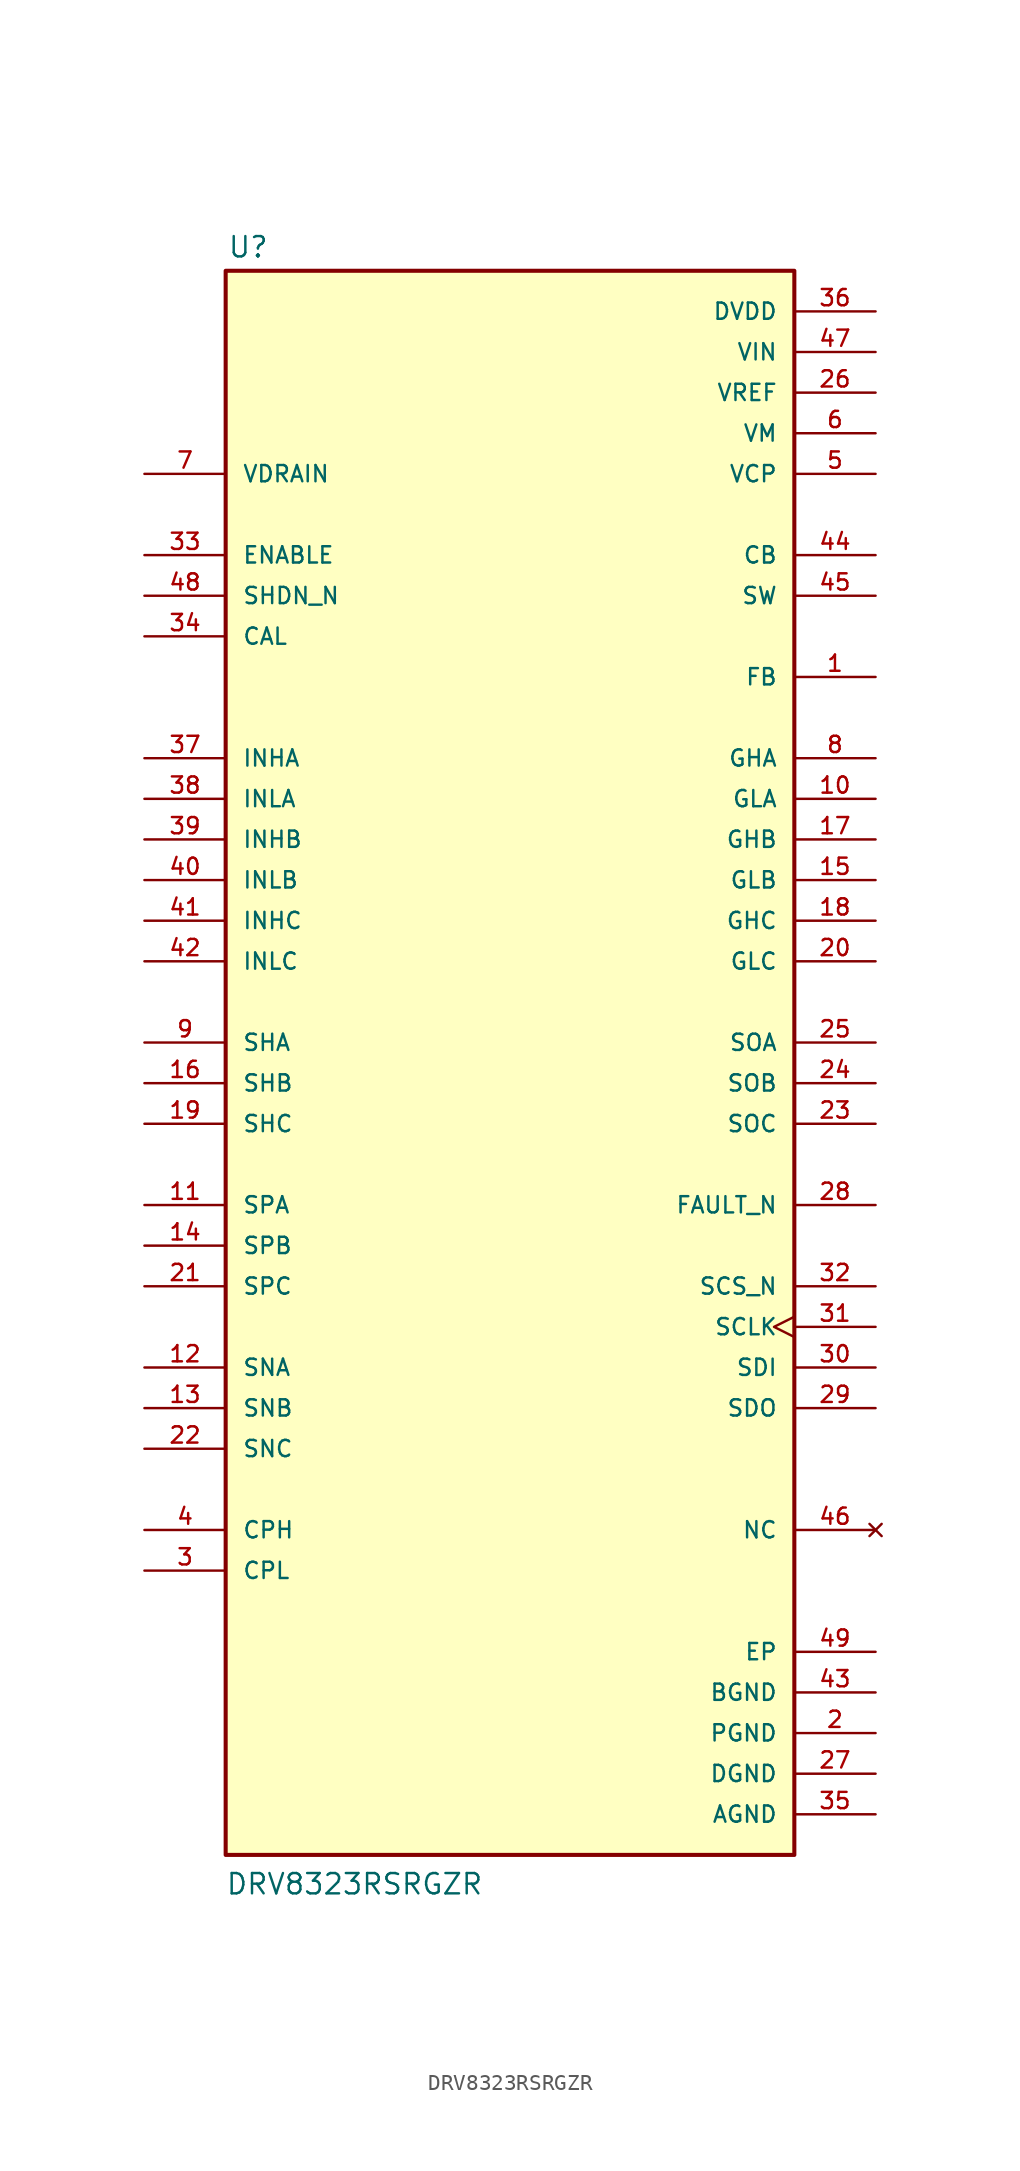
<source format=kicad_sym>
(kicad_symbol_lib
  (version 20211014)
  (generator kicad_symbol_editor)
  (symbol "DRV8323RSRGZR"
    (pin_names
      (offset 1.016))
    (property "Reference" "U"
      (at -17.678 48.997 0.0)
      (effects (font (size 1.27 1.27)) (justify bottom left)))
    (property "Value" "DRV8323RSRGZR"
      (at -17.805 -53.365 0.0)
      (effects (font (size 1.27 1.27)) (justify bottom left)))
    (symbol "DRV8323RSRGZR_0_0"
      (rectangle (start -17.78 -50.8) (end 17.78 48.26) (stroke (width 0.254)) (fill (type background)))
      (pin input line (at 22.86 22.86 180.0) (length 5.08) (name "FB" (effects (font (size 1.016 1.016)))) (number "1" (effects (font (size 1.016 1.016)))))
      (pin power_in line (at 22.86 -43.18 180.0) (length 5.08) (name "PGND" (effects (font (size 1.016 1.016)))) (number "2" (effects (font (size 1.016 1.016)))))
      (pin passive line (at -22.86 -33.02 0) (length 5.08) (name "CPL" (effects (font (size 1.016 1.016)))) (number "3" (effects (font (size 1.016 1.016)))))
      (pin passive line (at -22.86 -30.48 0) (length 5.08) (name "CPH" (effects (font (size 1.016 1.016)))) (number "4" (effects (font (size 1.016 1.016)))))
      (pin power_in line (at 22.86 35.56 180.0) (length 5.08) (name "VCP" (effects (font (size 1.016 1.016)))) (number "5" (effects (font (size 1.016 1.016)))))
      (pin power_in line (at 22.86 38.1 180.0) (length 5.08) (name "VM" (effects (font (size 1.016 1.016)))) (number "6" (effects (font (size 1.016 1.016)))))
      (pin input line (at -22.86 35.56 0) (length 5.08) (name "VDRAIN" (effects (font (size 1.016 1.016)))) (number "7" (effects (font (size 1.016 1.016)))))
      (pin output line (at 22.86 17.78 180.0) (length 5.08) (name "GHA" (effects (font (size 1.016 1.016)))) (number "8" (effects (font (size 1.016 1.016)))))
      (pin input line (at -22.86 0.0 0) (length 5.08) (name "SHA" (effects (font (size 1.016 1.016)))) (number "9" (effects (font (size 1.016 1.016)))))
      (pin output line (at 22.86 15.24 180.0) (length 5.08) (name "GLA" (effects (font (size 1.016 1.016)))) (number "10" (effects (font (size 1.016 1.016)))))
      (pin input line (at -22.86 -10.16 0) (length 5.08) (name "SPA" (effects (font (size 1.016 1.016)))) (number "11" (effects (font (size 1.016 1.016)))))
      (pin input line (at -22.86 -20.32 0) (length 5.08) (name "SNA" (effects (font (size 1.016 1.016)))) (number "12" (effects (font (size 1.016 1.016)))))
      (pin input line (at -22.86 -22.86 0) (length 5.08) (name "SNB" (effects (font (size 1.016 1.016)))) (number "13" (effects (font (size 1.016 1.016)))))
      (pin input line (at -22.86 -12.7 0) (length 5.08) (name "SPB" (effects (font (size 1.016 1.016)))) (number "14" (effects (font (size 1.016 1.016)))))
      (pin output line (at 22.86 10.16 180.0) (length 5.08) (name "GLB" (effects (font (size 1.016 1.016)))) (number "15" (effects (font (size 1.016 1.016)))))
      (pin input line (at -22.86 -2.54 0) (length 5.08) (name "SHB" (effects (font (size 1.016 1.016)))) (number "16" (effects (font (size 1.016 1.016)))))
      (pin output line (at 22.86 12.7 180.0) (length 5.08) (name "GHB" (effects (font (size 1.016 1.016)))) (number "17" (effects (font (size 1.016 1.016)))))
      (pin output line (at 22.86 7.62 180.0) (length 5.08) (name "GHC" (effects (font (size 1.016 1.016)))) (number "18" (effects (font (size 1.016 1.016)))))
      (pin input line (at -22.86 -5.08 0) (length 5.08) (name "SHC" (effects (font (size 1.016 1.016)))) (number "19" (effects (font (size 1.016 1.016)))))
      (pin output line (at 22.86 5.08 180.0) (length 5.08) (name "GLC" (effects (font (size 1.016 1.016)))) (number "20" (effects (font (size 1.016 1.016)))))
      (pin input line (at -22.86 -15.24 0) (length 5.08) (name "SPC" (effects (font (size 1.016 1.016)))) (number "21" (effects (font (size 1.016 1.016)))))
      (pin input line (at -22.86 -25.4 0) (length 5.08) (name "SNC" (effects (font (size 1.016 1.016)))) (number "22" (effects (font (size 1.016 1.016)))))
      (pin output line (at 22.86 -5.08 180.0) (length 5.08) (name "SOC" (effects (font (size 1.016 1.016)))) (number "23" (effects (font (size 1.016 1.016)))))
      (pin output line (at 22.86 -2.54 180.0) (length 5.08) (name "SOB" (effects (font (size 1.016 1.016)))) (number "24" (effects (font (size 1.016 1.016)))))
      (pin output line (at 22.86 0.0 180.0) (length 5.08) (name "SOA" (effects (font (size 1.016 1.016)))) (number "25" (effects (font (size 1.016 1.016)))))
      (pin power_in line (at 22.86 40.64 180.0) (length 5.08) (name "VREF" (effects (font (size 1.016 1.016)))) (number "26" (effects (font (size 1.016 1.016)))))
      (pin power_in line (at 22.86 -45.72 180.0) (length 5.08) (name "DGND" (effects (font (size 1.016 1.016)))) (number "27" (effects (font (size 1.016 1.016)))))
      (pin output line (at 22.86 -10.16 180.0) (length 5.08) (name "FAULT_N" (effects (font (size 1.016 1.016)))) (number "28" (effects (font (size 1.016 1.016)))))
      (pin input line (at -22.86 30.48 0) (length 5.08) (name "ENABLE" (effects (font (size 1.016 1.016)))) (number "33" (effects (font (size 1.016 1.016)))))
      (pin input line (at -22.86 25.4 0) (length 5.08) (name "CAL" (effects (font (size 1.016 1.016)))) (number "34" (effects (font (size 1.016 1.016)))))
      (pin power_in line (at 22.86 -48.26 180.0) (length 5.08) (name "AGND" (effects (font (size 1.016 1.016)))) (number "35" (effects (font (size 1.016 1.016)))))
      (pin power_in line (at 22.86 45.72 180.0) (length 5.08) (name "DVDD" (effects (font (size 1.016 1.016)))) (number "36" (effects (font (size 1.016 1.016)))))
      (pin input line (at -22.86 17.78 0) (length 5.08) (name "INHA" (effects (font (size 1.016 1.016)))) (number "37" (effects (font (size 1.016 1.016)))))
      (pin input line (at -22.86 15.24 0) (length 5.08) (name "INLA" (effects (font (size 1.016 1.016)))) (number "38" (effects (font (size 1.016 1.016)))))
      (pin input line (at -22.86 12.7 0) (length 5.08) (name "INHB" (effects (font (size 1.016 1.016)))) (number "39" (effects (font (size 1.016 1.016)))))
      (pin input line (at -22.86 10.16 0) (length 5.08) (name "INLB" (effects (font (size 1.016 1.016)))) (number "40" (effects (font (size 1.016 1.016)))))
      (pin input line (at -22.86 7.62 0) (length 5.08) (name "INHC" (effects (font (size 1.016 1.016)))) (number "41" (effects (font (size 1.016 1.016)))))
      (pin input line (at -22.86 5.08 0) (length 5.08) (name "INLC" (effects (font (size 1.016 1.016)))) (number "42" (effects (font (size 1.016 1.016)))))
      (pin power_in line (at 22.86 -40.64 180.0) (length 5.08) (name "BGND" (effects (font (size 1.016 1.016)))) (number "43" (effects (font (size 1.016 1.016)))))
      (pin power_in line (at 22.86 30.48 180.0) (length 5.08) (name "CB" (effects (font (size 1.016 1.016)))) (number "44" (effects (font (size 1.016 1.016)))))
      (pin output line (at 22.86 27.94 180.0) (length 5.08) (name "SW" (effects (font (size 1.016 1.016)))) (number "45" (effects (font (size 1.016 1.016)))))
      (pin no_connect line (at 22.86 -30.48 180.0) (length 5.08) (name "NC" (effects (font (size 1.016 1.016)))) (number "46" (effects (font (size 1.016 1.016)))))
      (pin power_in line (at 22.86 43.18 180.0) (length 5.08) (name "VIN" (effects (font (size 1.016 1.016)))) (number "47" (effects (font (size 1.016 1.016)))))
      (pin input line (at -22.86 27.94 0) (length 5.08) (name "SHDN_N" (effects (font (size 1.016 1.016)))) (number "48" (effects (font (size 1.016 1.016)))))
      (pin power_in line (at 22.86 -38.1 180.0) (length 5.08) (name "EP" (effects (font (size 1.016 1.016)))) (number "49" (effects (font (size 1.016 1.016)))))
      (pin input line (at 22.86 -15.24 180.0) (length 5.08) (name "SCS_N" (effects (font (size 1.016 1.016)))) (number "32" (effects (font (size 1.016 1.016)))))
      (pin input clock (at 22.86 -17.78 180.0) (length 5.08) (name "SCLK" (effects (font (size 1.016 1.016)))) (number "31" (effects (font (size 1.016 1.016)))))
      (pin input line (at 22.86 -20.32 180.0) (length 5.08) (name "SDI" (effects (font (size 1.016 1.016)))) (number "30" (effects (font (size 1.016 1.016)))))
      (pin output line (at 22.86 -22.86 180.0) (length 5.08) (name "SDO" (effects (font (size 1.016 1.016)))) (number "29" (effects (font (size 1.016 1.016))))))))
</source>
